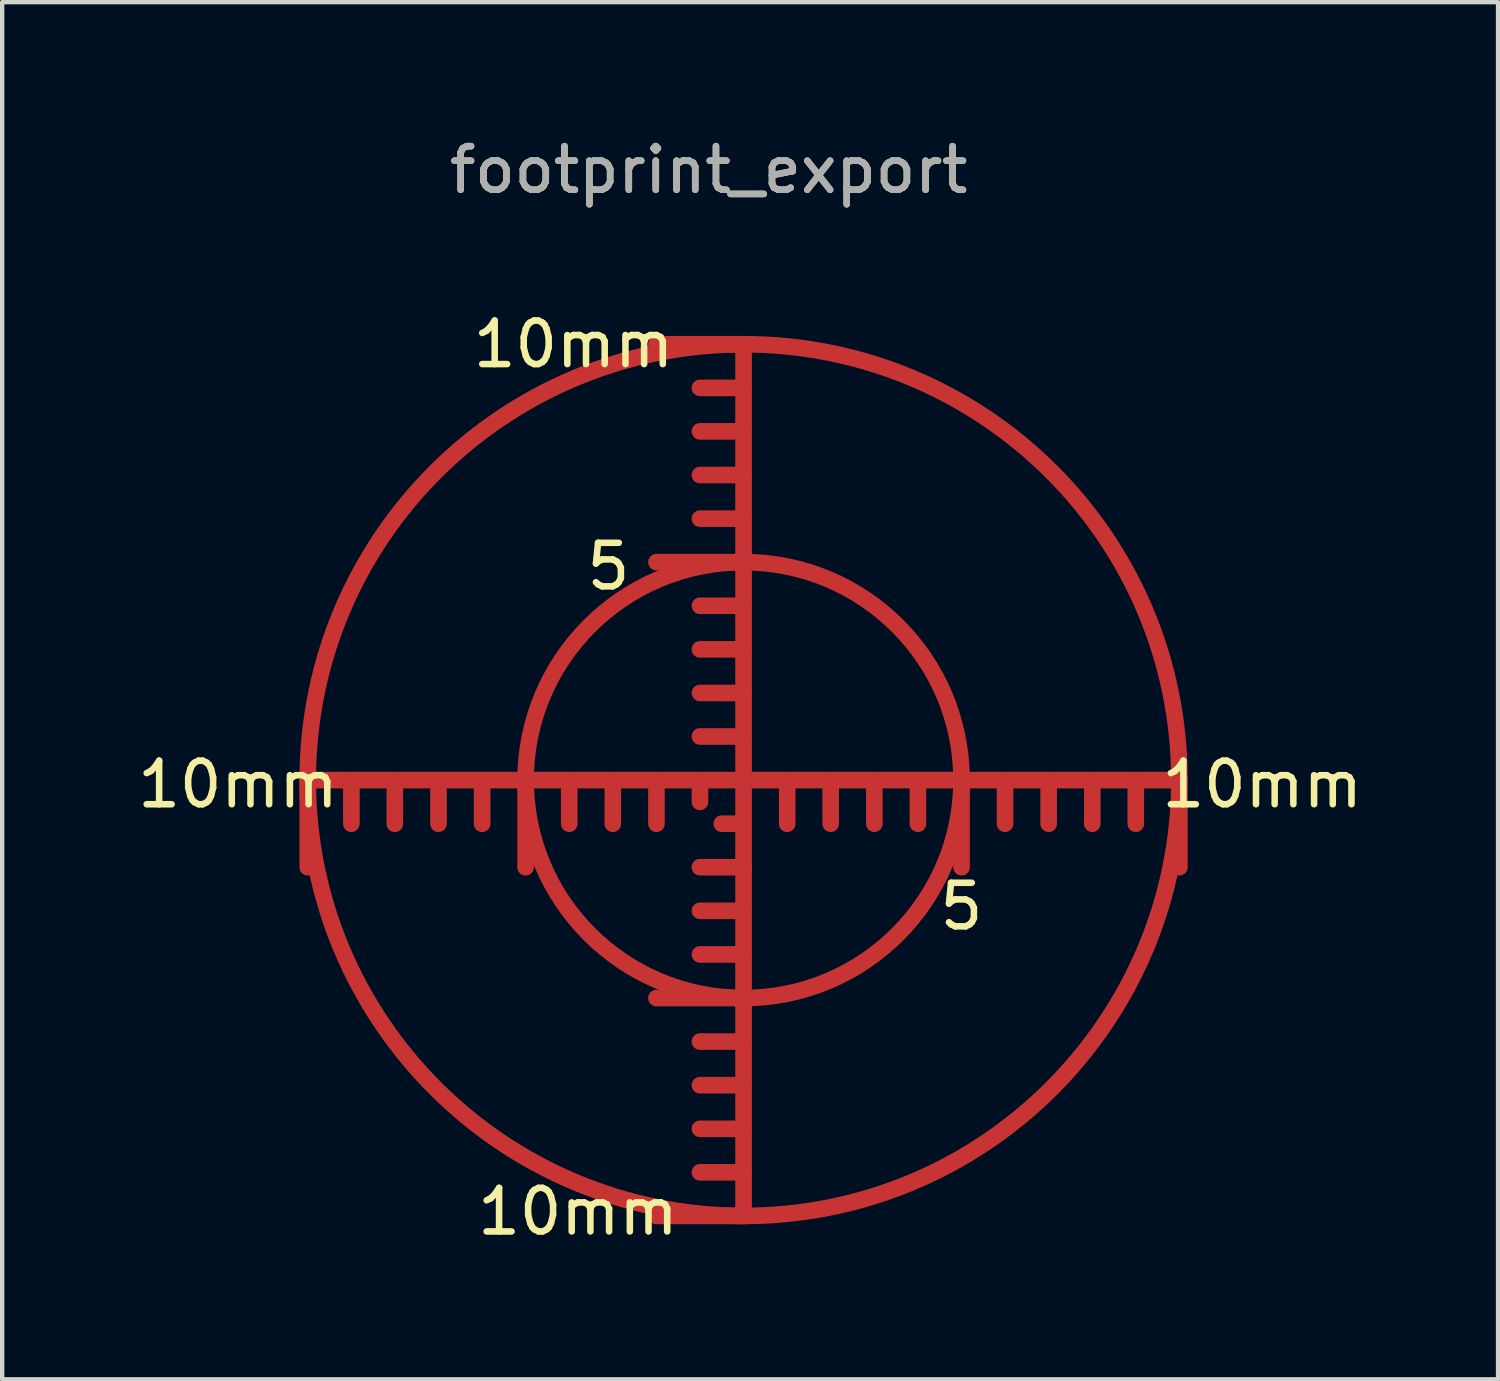
<source format=kicad_pcb>
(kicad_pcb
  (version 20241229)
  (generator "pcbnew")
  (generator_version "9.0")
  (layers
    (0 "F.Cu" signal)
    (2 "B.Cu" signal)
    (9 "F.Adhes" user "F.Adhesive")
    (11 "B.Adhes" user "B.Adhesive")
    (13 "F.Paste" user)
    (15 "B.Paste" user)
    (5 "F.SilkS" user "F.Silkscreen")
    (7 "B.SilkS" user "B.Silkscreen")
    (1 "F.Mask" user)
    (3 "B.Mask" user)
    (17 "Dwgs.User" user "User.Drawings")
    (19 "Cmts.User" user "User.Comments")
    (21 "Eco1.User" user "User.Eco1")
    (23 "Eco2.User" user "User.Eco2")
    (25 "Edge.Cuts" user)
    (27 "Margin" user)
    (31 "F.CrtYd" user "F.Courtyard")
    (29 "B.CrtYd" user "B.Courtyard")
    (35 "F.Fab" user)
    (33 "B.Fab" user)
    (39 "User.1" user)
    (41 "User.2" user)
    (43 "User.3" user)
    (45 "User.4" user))
  (footprint "footprint_export"
    (layer "F.Cu")
    (at 14.011 14.849)
    (property "Reference" "footprint_export" (at -0.8 -14 0) (layer "F.SilkS") (effects (font (size 1 1) (thickness 0.15))))
    (attr exclude_from_pos_files exclude_from_bom)
    (fp_line (start -10 0) (end -10 1.999) (stroke (width 0.381) (type solid)) (layer "F.Cu"))
    (fp_line (start -8.999 0) (end -8.999 1.001) (stroke (width 0.381) (type solid)) (layer "F.Cu"))
    (fp_line (start -8.001 0) (end -8.001 1.001) (stroke (width 0.381) (type solid)) (layer "F.Cu"))
    (fp_line (start -7 0) (end -7 1.001) (stroke (width 0.381) (type solid)) (layer "F.Cu"))
    (fp_line (start -5.999 0) (end -5.999 1.001) (stroke (width 0.381) (type solid)) (layer "F.Cu"))
    (fp_line (start -5.001 0) (end -5.001 1.999) (stroke (width 0.381) (type solid)) (layer "F.Cu"))
    (fp_line (start -4 0) (end -4 1.001) (stroke (width 0.381) (type solid)) (layer "F.Cu"))
    (fp_line (start -3 0) (end -3 1.001) (stroke (width 0.381) (type solid)) (layer "F.Cu"))
    (fp_line (start -1.999 0) (end -1.999 1.001) (stroke (width 0.381) (type solid)) (layer "F.Cu"))
    (fp_line (start -1.001 0) (end -1.001 0.5) (stroke (width 0.381) (type solid)) (layer "F.Cu"))
    (fp_line (start 0 -10) (end -1.999 -10) (stroke (width 0.381) (type solid)) (layer "F.Cu"))
    (fp_line (start 0 -8.999) (end -1.001 -8.999) (stroke (width 0.381) (type solid)) (layer "F.Cu"))
    (fp_line (start 0 -8.001) (end -1.001 -8.001) (stroke (width 0.381) (type solid)) (layer "F.Cu"))
    (fp_line (start 0 -7) (end -1.001 -7) (stroke (width 0.381) (type solid)) (layer "F.Cu"))
    (fp_line (start 0 -5.999) (end -1.001 -5.999) (stroke (width 0.381) (type solid)) (layer "F.Cu"))
    (fp_line (start 0 -5.001) (end -1.999 -5.001) (stroke (width 0.381) (type solid)) (layer "F.Cu"))
    (fp_line (start 0 -4) (end -1.001 -4) (stroke (width 0.381) (type solid)) (layer "F.Cu"))
    (fp_line (start 0 -3) (end -1.001 -3) (stroke (width 0.381) (type solid)) (layer "F.Cu"))
    (fp_line (start 0 -1.999) (end -1.001 -1.999) (stroke (width 0.381) (type solid)) (layer "F.Cu"))
    (fp_line (start 0 -1.001) (end -1.001 -1.001) (stroke (width 0.381) (type solid)) (layer "F.Cu"))
    (fp_line (start 0 0) (end -10 0) (stroke (width 0.381) (type solid)) (layer "F.Cu"))
    (fp_line (start 0 0) (end 0 -10) (stroke (width 0.381) (type solid)) (layer "F.Cu"))
    (fp_line (start 0 0) (end 0 1.999) (stroke (width 0.381) (type solid)) (layer "F.Cu"))
    (fp_line (start 0 0) (end 10 0) (stroke (width 0.381) (type solid)) (layer "F.Cu"))
    (fp_line (start 0 1.001) (end -0.5 1.001) (stroke (width 0.381) (type solid)) (layer "F.Cu"))
    (fp_line (start 0 1.999) (end -1.001 1.999) (stroke (width 0.381) (type solid)) (layer "F.Cu"))
    (fp_line (start 0 1.999) (end 0 10) (stroke (width 0.381) (type solid)) (layer "F.Cu"))
    (fp_line (start 0 3) (end -1.001 3) (stroke (width 0.381) (type solid)) (layer "F.Cu"))
    (fp_line (start 0 4) (end -1.001 4) (stroke (width 0.381) (type solid)) (layer "F.Cu"))
    (fp_line (start 0 5.001) (end -1.999 5.001) (stroke (width 0.381) (type solid)) (layer "F.Cu"))
    (fp_line (start 0 5.999) (end -1.001 5.999) (stroke (width 0.381) (type solid)) (layer "F.Cu"))
    (fp_line (start 0 7) (end -1.001 7) (stroke (width 0.381) (type solid)) (layer "F.Cu"))
    (fp_line (start 0 8.001) (end -1.001 8.001) (stroke (width 0.381) (type solid)) (layer "F.Cu"))
    (fp_line (start 0 8.999) (end -1.001 8.999) (stroke (width 0.381) (type solid)) (layer "F.Cu"))
    (fp_line (start 0 10) (end -1.999 10) (stroke (width 0.381) (type solid)) (layer "F.Cu"))
    (fp_line (start 1.001 0) (end 1.001 1.001) (stroke (width 0.381) (type solid)) (layer "F.Cu"))
    (fp_line (start 1.999 0) (end 1.999 1.001) (stroke (width 0.381) (type solid)) (layer "F.Cu"))
    (fp_line (start 3 0) (end 3 1.001) (stroke (width 0.381) (type solid)) (layer "F.Cu"))
    (fp_line (start 4 0) (end 4 1.001) (stroke (width 0.381) (type solid)) (layer "F.Cu"))
    (fp_line (start 5.001 0) (end 5.001 1.999) (stroke (width 0.381) (type solid)) (layer "F.Cu"))
    (fp_line (start 5.999 0) (end 5.999 1.001) (stroke (width 0.381) (type solid)) (layer "F.Cu"))
    (fp_line (start 7 0) (end 7 1.001) (stroke (width 0.381) (type solid)) (layer "F.Cu"))
    (fp_line (start 8.001 0) (end 8.001 1.001) (stroke (width 0.381) (type solid)) (layer "F.Cu"))
    (fp_line (start 8.999 0) (end 8.999 1.001) (stroke (width 0.381) (type solid)) (layer "F.Cu"))
    (fp_line (start 10 0) (end 10 1.999) (stroke (width 0.381) (type solid)) (layer "F.Cu"))
    (fp_circle (center 0 0) (end 5.001 0) (stroke (width 0.381) (type solid)) (fill no) (layer "F.Cu"))
    (fp_circle (center 0 0) (end 10 0) (stroke (width 0.381) (type solid)) (fill no) (layer "F.Cu"))
    (fp_text user "5" (at -3.101 -4.9 0) (layer "F.SilkS") (effects (font (size 1 1) (thickness 0.15))))
    (fp_text user "10mm" (at 11.9 0.099 0) (layer "F.SilkS") (effects (font (size 1 1) (thickness 0.15))))
    (fp_text user "5" (at 4.999 2.901 0) (layer "F.SilkS") (effects (font (size 1 1) (thickness 0.15))))
    (fp_text user "10mm" (at -3.901 -10 0) (layer "F.SilkS") (effects (font (size 1 1) (thickness 0.15))))
    (fp_text user "10mm" (at -3.8 9.901 0) (layer "F.SilkS") (effects (font (size 1 1) (thickness 0.15))))
    (fp_text user "10mm" (at -11.6 0.099 0) (layer "F.SilkS") (effects (font (size 1 1) (thickness 0.15))))
    (fp_text user "${REFERENCE}" (at -0.8 -14 0) (layer "F.Fab") (effects (font (size 1 1) (thickness 0.15)))))
  (gr_rect
    (start -3 -3)
    (end 31.322 28.598)
    (stroke (width 0.1) (type default))
    (fill no)
    (layer "Edge.Cuts")))
</source>
